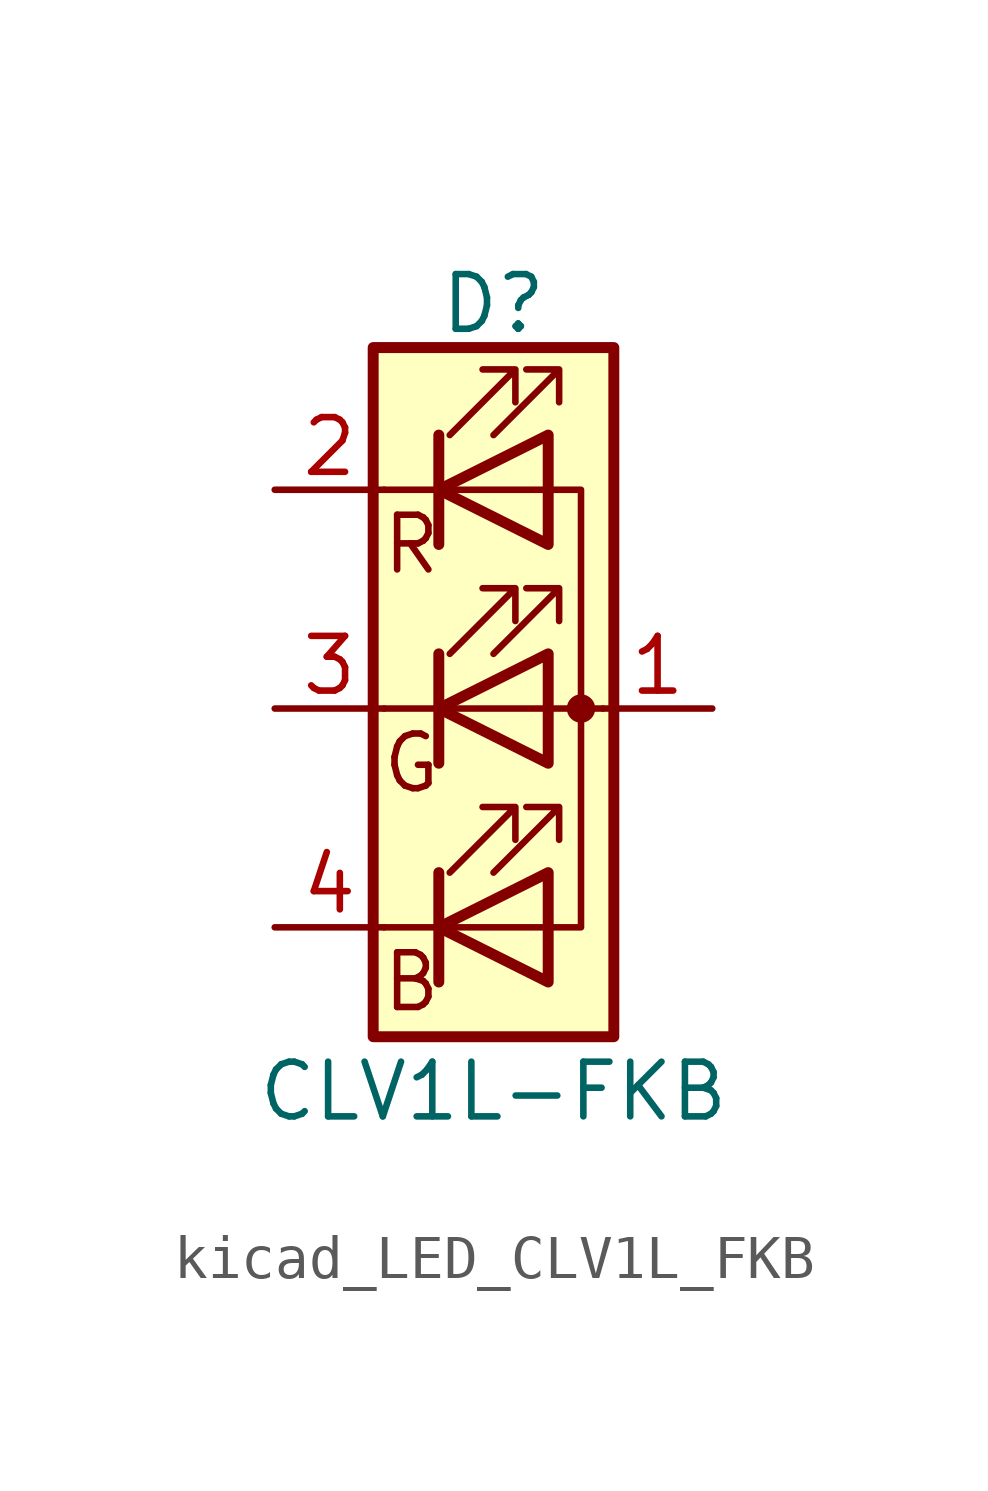
<source format=kicad_sym>
(kicad_symbol_lib
  (version 20220914)
  (generator kicad_symbol_editor)
  (symbol "kicad_LED_CLV1L_FKB"
    (pin_names
      (offset 0) hide)
    (property "Reference" "D"
      (at 0 9.398 0)
      (effects (font (size 1.27 1.27))))
    (property "Value" "CLV1L-FKB"
      (at 0 -8.89 0)
      (effects (font (size 1.27 1.27))))
    (symbol "kicad_LED_CLV1L_FKB_0_0"
      (text "B" (at -1.905 -6.35 0) (effects (font (size 1.27 1.27))))
      (text "G" (at -1.905 -1.27 0) (effects (font (size 1.27 1.27))))
      (text "R" (at -1.905 3.81 0) (effects (font (size 1.27 1.27)))))
    (symbol "kicad_LED_CLV1L_FKB_0_1"
      (polyline (pts (xy -2.54 -5.08) (xy 1.27 -5.08)) (stroke (width 0) (type default)) (fill (type none)))
      (polyline (pts (xy -1.27 -3.81) (xy -1.27 -6.35)) (stroke (width 0.254) (type default)) (fill (type none)))
      (polyline (pts (xy -1.27 1.27) (xy -1.27 -1.27)) (stroke (width 0.254) (type default)) (fill (type none)))
      (polyline (pts (xy -1.27 6.35) (xy -1.27 3.81)) (stroke (width 0.254) (type default)) (fill (type none)))
      (polyline (pts (xy 1.27 5.08) (xy -2.54 5.08)) (stroke (width 0) (type default)) (fill (type none)))
      (polyline (pts (xy 2.54 0) (xy -2.54 0)) (stroke (width 0) (type default)) (fill (type none)))
      (polyline (pts (xy 1.27 -5.08) (xy 2.032 -5.08) (xy 2.032 5.08) (xy 1.27 5.08)) (stroke (width 0) (type default)) (fill (type none)))
      (polyline (pts (xy 1.27 -3.81) (xy 1.27 -6.35) (xy -1.27 -5.08) (xy 1.27 -3.81)) (stroke (width 0.254) (type default)) (fill (type none)))
      (polyline (pts (xy 1.27 1.27) (xy 1.27 -1.27) (xy -1.27 0) (xy 1.27 1.27)) (stroke (width 0.254) (type default)) (fill (type none)))
      (polyline (pts (xy 1.27 6.35) (xy 1.27 3.81) (xy -1.27 5.08) (xy 1.27 6.35)) (stroke (width 0.254) (type default)) (fill (type none)))
      (polyline (pts (xy -1.016 -3.81) (xy 0.508 -2.286) (xy -0.254 -2.286) (xy 0.508 -2.286) (xy 0.508 -3.048)) (stroke (width 0) (type default)) (fill (type none)))
      (polyline (pts (xy -1.016 1.27) (xy 0.508 2.794) (xy -0.254 2.794) (xy 0.508 2.794) (xy 0.508 2.032)) (stroke (width 0) (type default)) (fill (type none)))
      (polyline (pts (xy -1.016 6.35) (xy 0.508 7.874) (xy -0.254 7.874) (xy 0.508 7.874) (xy 0.508 7.112)) (stroke (width 0) (type default)) (fill (type none)))
      (polyline (pts (xy 0 -3.81) (xy 1.524 -2.286) (xy 0.762 -2.286) (xy 1.524 -2.286) (xy 1.524 -3.048)) (stroke (width 0) (type default)) (fill (type none)))
      (polyline (pts (xy 0 1.27) (xy 1.524 2.794) (xy 0.762 2.794) (xy 1.524 2.794) (xy 1.524 2.032)) (stroke (width 0) (type default)) (fill (type none)))
      (polyline (pts (xy 0 6.35) (xy 1.524 7.874) (xy 0.762 7.874) (xy 1.524 7.874) (xy 1.524 7.112)) (stroke (width 0) (type default)) (fill (type none)))
      (rectangle (start 1.27 6.35) (end 1.27 6.35) (stroke (width 0) (type default)) (fill (type none)))
      (circle (center 2.032 0) (radius 0.254) (stroke (width 0) (type default)) (fill (type outline)))
      (rectangle (start 2.794 8.382) (end -2.794 -7.62) (stroke (width 0.254) (type default)) (fill (type background))))
    (symbol "kicad_LED_CLV1L_FKB_1_1"
      (pin passive line (at 5.08 0 180) (length 2.54) (name "A" (effects (font (size 1.27 1.27)))) (number "1" (effects (font (size 1.27 1.27)))))
      (pin passive line (at -5.08 5.08 0) (length 2.54) (name "RK" (effects (font (size 1.27 1.27)))) (number "2" (effects (font (size 1.27 1.27)))))
      (pin passive line (at -5.08 0 0) (length 2.54) (name "GK" (effects (font (size 1.27 1.27)))) (number "3" (effects (font (size 1.27 1.27)))))
      (pin passive line (at -5.08 -5.08 0) (length 2.54) (name "BK" (effects (font (size 1.27 1.27)))) (number "4" (effects (font (size 1.27 1.27))))))))
</source>
